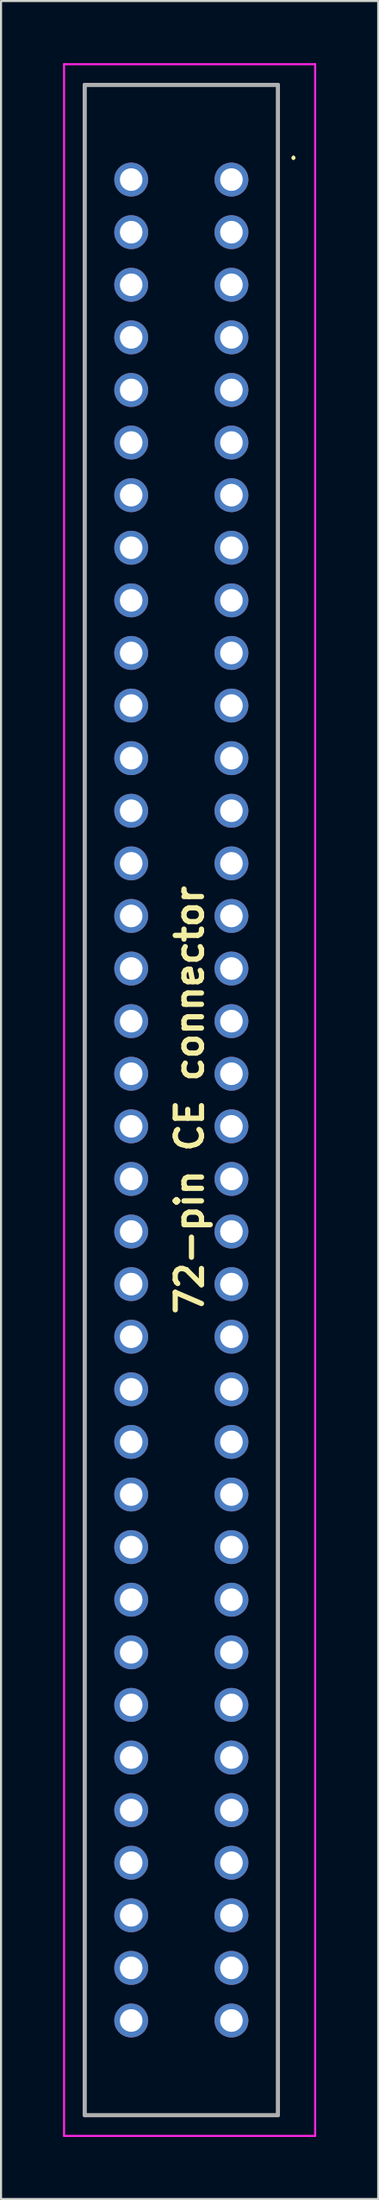
<source format=kicad_pcb>
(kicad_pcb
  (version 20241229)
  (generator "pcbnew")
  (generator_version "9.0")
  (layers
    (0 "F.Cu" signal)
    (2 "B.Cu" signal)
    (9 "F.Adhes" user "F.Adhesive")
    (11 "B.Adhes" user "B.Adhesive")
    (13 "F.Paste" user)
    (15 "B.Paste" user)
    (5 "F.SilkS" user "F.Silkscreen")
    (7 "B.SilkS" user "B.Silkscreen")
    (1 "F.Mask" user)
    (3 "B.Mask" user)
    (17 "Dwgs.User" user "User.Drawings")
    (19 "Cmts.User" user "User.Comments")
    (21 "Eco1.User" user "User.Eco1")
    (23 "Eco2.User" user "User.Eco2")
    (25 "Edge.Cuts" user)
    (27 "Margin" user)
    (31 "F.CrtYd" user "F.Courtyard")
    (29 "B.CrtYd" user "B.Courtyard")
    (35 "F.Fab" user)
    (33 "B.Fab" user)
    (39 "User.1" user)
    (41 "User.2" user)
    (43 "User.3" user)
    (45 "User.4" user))
  (footprint "72-pin CE connector"
    (layer "F.Cu")
    (at 8.149 5.622)
    (property "Reference" "72-pin CE connector" (at -2.025 44.45 270) (layer "F.SilkS") (effects (font (size 1.27 1.27) (thickness 0.254))))
    (attr through_hole)
    (fp_line (start -7.099 -4.572) (end 2.248 -4.572) (stroke (width 0.1) (type solid)) (layer "F.SilkS"))
    (fp_line (start -7.099 93.472) (end -7.099 -4.572) (stroke (width 0.1) (type solid)) (layer "F.SilkS"))
    (fp_line (start 2.248 -4.572) (end 2.248 93.472) (stroke (width 0.1) (type solid)) (layer "F.SilkS"))
    (fp_line (start 2.248 93.472) (end -7.099 93.472) (stroke (width 0.1) (type solid)) (layer "F.SilkS"))
    (fp_line (start 3 -1.1) (end 3 -1.1) (stroke (width 0.1) (type solid)) (layer "F.SilkS"))
    (fp_line (start 3 -1) (end 3 -1) (stroke (width 0.1) (type solid)) (layer "F.SilkS"))
    (fp_arc (start 3 -1.1) (mid 3.05 -1.05) (end 3 -1) (stroke (width 0.1) (type solid)) (layer "F.SilkS"))
    (fp_arc (start 3 -1) (mid 2.95 -1.05) (end 3 -1.1) (stroke (width 0.1) (type solid)) (layer "F.SilkS"))
    (fp_line (start -8.099 -5.572) (end 4.05 -5.572) (stroke (width 0.1) (type solid)) (layer "F.CrtYd"))
    (fp_line (start -8.099 94.472) (end -8.099 -5.572) (stroke (width 0.1) (type solid)) (layer "F.CrtYd"))
    (fp_line (start 4.05 -5.572) (end 4.05 94.472) (stroke (width 0.1) (type solid)) (layer "F.CrtYd"))
    (fp_line (start 4.05 94.472) (end -8.099 94.472) (stroke (width 0.1) (type solid)) (layer "F.CrtYd"))
    (fp_line (start -7.099 -4.572) (end 2.248 -4.572) (stroke (width 0.2) (type solid)) (layer "F.Fab"))
    (fp_line (start -7.099 93.472) (end -7.099 -4.572) (stroke (width 0.2) (type solid)) (layer "F.Fab"))
    (fp_line (start 2.248 -4.572) (end 2.248 93.472) (stroke (width 0.2) (type solid)) (layer "F.Fab"))
    (fp_line (start 2.248 93.472) (end -7.099 93.472) (stroke (width 0.2) (type solid)) (layer "F.Fab"))
    (pad "1" thru_hole circle (at 0 0 270) (size 1.638 1.638) (drill 1.092) (layers "*.Cu" "*.Mask"))
    (pad "2" thru_hole circle (at -4.851 0 270) (size 1.638 1.638) (drill 1.092) (layers "*.Cu" "*.Mask"))
    (pad "3" thru_hole circle (at 0 2.54 270) (size 1.638 1.638) (drill 1.092) (layers "*.Cu" "*.Mask"))
    (pad "4" thru_hole circle (at -4.851 2.54 270) (size 1.638 1.638) (drill 1.092) (layers "*.Cu" "*.Mask"))
    (pad "5" thru_hole circle (at 0 5.08 270) (size 1.638 1.638) (drill 1.092) (layers "*.Cu" "*.Mask"))
    (pad "6" thru_hole circle (at -4.851 5.08 270) (size 1.638 1.638) (drill 1.092) (layers "*.Cu" "*.Mask"))
    (pad "7" thru_hole circle (at 0 7.62 270) (size 1.638 1.638) (drill 1.092) (layers "*.Cu" "*.Mask"))
    (pad "8" thru_hole circle (at -4.851 7.62 270) (size 1.638 1.638) (drill 1.092) (layers "*.Cu" "*.Mask"))
    (pad "9" thru_hole circle (at 0 10.16 270) (size 1.638 1.638) (drill 1.092) (layers "*.Cu" "*.Mask"))
    (pad "10" thru_hole circle (at -4.851 10.16 270) (size 1.638 1.638) (drill 1.092) (layers "*.Cu" "*.Mask"))
    (pad "11" thru_hole circle (at 0 12.7 270) (size 1.638 1.638) (drill 1.092) (layers "*.Cu" "*.Mask"))
    (pad "12" thru_hole circle (at -4.851 12.7 270) (size 1.638 1.638) (drill 1.092) (layers "*.Cu" "*.Mask"))
    (pad "13" thru_hole circle (at 0 15.24 270) (size 1.638 1.638) (drill 1.092) (layers "*.Cu" "*.Mask"))
    (pad "14" thru_hole circle (at -4.851 15.24 270) (size 1.638 1.638) (drill 1.092) (layers "*.Cu" "*.Mask"))
    (pad "15" thru_hole circle (at 0 17.78 270) (size 1.638 1.638) (drill 1.092) (layers "*.Cu" "*.Mask"))
    (pad "16" thru_hole circle (at -4.851 17.78 270) (size 1.638 1.638) (drill 1.092) (layers "*.Cu" "*.Mask"))
    (pad "17" thru_hole circle (at 0 20.32 270) (size 1.638 1.638) (drill 1.092) (layers "*.Cu" "*.Mask"))
    (pad "18" thru_hole circle (at -4.851 20.32 270) (size 1.638 1.638) (drill 1.092) (layers "*.Cu" "*.Mask"))
    (pad "19" thru_hole circle (at 0 22.86 270) (size 1.638 1.638) (drill 1.092) (layers "*.Cu" "*.Mask"))
    (pad "20" thru_hole circle (at -4.851 22.86 270) (size 1.638 1.638) (drill 1.092) (layers "*.Cu" "*.Mask"))
    (pad "21" thru_hole circle (at 0 25.4 270) (size 1.638 1.638) (drill 1.092) (layers "*.Cu" "*.Mask"))
    (pad "22" thru_hole circle (at -4.851 25.4 270) (size 1.638 1.638) (drill 1.092) (layers "*.Cu" "*.Mask"))
    (pad "23" thru_hole circle (at 0 27.94 270) (size 1.638 1.638) (drill 1.092) (layers "*.Cu" "*.Mask"))
    (pad "24" thru_hole circle (at -4.851 27.94 270) (size 1.638 1.638) (drill 1.092) (layers "*.Cu" "*.Mask"))
    (pad "25" thru_hole circle (at 0 30.48 270) (size 1.638 1.638) (drill 1.092) (layers "*.Cu" "*.Mask"))
    (pad "26" thru_hole circle (at -4.851 30.48 270) (size 1.638 1.638) (drill 1.092) (layers "*.Cu" "*.Mask"))
    (pad "27" thru_hole circle (at 0 33.02 270) (size 1.638 1.638) (drill 1.092) (layers "*.Cu" "*.Mask"))
    (pad "28" thru_hole circle (at -4.851 33.02 270) (size 1.638 1.638) (drill 1.092) (layers "*.Cu" "*.Mask"))
    (pad "29" thru_hole circle (at 0 35.56 270) (size 1.638 1.638) (drill 1.092) (layers "*.Cu" "*.Mask"))
    (pad "30" thru_hole circle (at -4.851 35.56 270) (size 1.638 1.638) (drill 1.092) (layers "*.Cu" "*.Mask"))
    (pad "31" thru_hole circle (at 0 38.1 270) (size 1.638 1.638) (drill 1.092) (layers "*.Cu" "*.Mask"))
    (pad "32" thru_hole circle (at -4.851 38.1 270) (size 1.638 1.638) (drill 1.092) (layers "*.Cu" "*.Mask"))
    (pad "33" thru_hole circle (at 0 40.64 270) (size 1.638 1.638) (drill 1.092) (layers "*.Cu" "*.Mask"))
    (pad "34" thru_hole circle (at -4.851 40.64 270) (size 1.638 1.638) (drill 1.092) (layers "*.Cu" "*.Mask"))
    (pad "35" thru_hole circle (at 0 43.18 270) (size 1.638 1.638) (drill 1.092) (layers "*.Cu" "*.Mask"))
    (pad "36" thru_hole circle (at -4.851 43.18 270) (size 1.638 1.638) (drill 1.092) (layers "*.Cu" "*.Mask"))
    (pad "37" thru_hole circle (at 0 45.72 270) (size 1.638 1.638) (drill 1.092) (layers "*.Cu" "*.Mask"))
    (pad "38" thru_hole circle (at -4.851 45.72 270) (size 1.638 1.638) (drill 1.092) (layers "*.Cu" "*.Mask"))
    (pad "39" thru_hole circle (at 0 48.26 270) (size 1.638 1.638) (drill 1.092) (layers "*.Cu" "*.Mask"))
    (pad "40" thru_hole circle (at -4.851 48.26 270) (size 1.638 1.638) (drill 1.092) (layers "*.Cu" "*.Mask"))
    (pad "41" thru_hole circle (at 0 50.8 270) (size 1.638 1.638) (drill 1.092) (layers "*.Cu" "*.Mask"))
    (pad "42" thru_hole circle (at -4.851 50.8 270) (size 1.638 1.638) (drill 1.092) (layers "*.Cu" "*.Mask"))
    (pad "43" thru_hole circle (at 0 53.34 270) (size 1.638 1.638) (drill 1.092) (layers "*.Cu" "*.Mask"))
    (pad "44" thru_hole circle (at -4.851 53.34 270) (size 1.638 1.638) (drill 1.092) (layers "*.Cu" "*.Mask"))
    (pad "45" thru_hole circle (at 0 55.88 270) (size 1.638 1.638) (drill 1.092) (layers "*.Cu" "*.Mask"))
    (pad "46" thru_hole circle (at -4.851 55.88 270) (size 1.638 1.638) (drill 1.092) (layers "*.Cu" "*.Mask"))
    (pad "47" thru_hole circle (at 0 58.42 270) (size 1.638 1.638) (drill 1.092) (layers "*.Cu" "*.Mask"))
    (pad "48" thru_hole circle (at -4.851 58.42 270) (size 1.638 1.638) (drill 1.092) (layers "*.Cu" "*.Mask"))
    (pad "49" thru_hole circle (at 0 60.96 270) (size 1.638 1.638) (drill 1.092) (layers "*.Cu" "*.Mask"))
    (pad "50" thru_hole circle (at -4.851 60.96 270) (size 1.638 1.638) (drill 1.092) (layers "*.Cu" "*.Mask"))
    (pad "51" thru_hole circle (at 0 63.5 270) (size 1.638 1.638) (drill 1.092) (layers "*.Cu" "*.Mask"))
    (pad "52" thru_hole circle (at -4.851 63.5 270) (size 1.638 1.638) (drill 1.092) (layers "*.Cu" "*.Mask"))
    (pad "53" thru_hole circle (at 0 66.04 270) (size 1.638 1.638) (drill 1.092) (layers "*.Cu" "*.Mask"))
    (pad "54" thru_hole circle (at -4.851 66.04 270) (size 1.638 1.638) (drill 1.092) (layers "*.Cu" "*.Mask"))
    (pad "55" thru_hole circle (at 0 68.58 270) (size 1.638 1.638) (drill 1.092) (layers "*.Cu" "*.Mask"))
    (pad "56" thru_hole circle (at -4.851 68.58 270) (size 1.638 1.638) (drill 1.092) (layers "*.Cu" "*.Mask"))
    (pad "57" thru_hole circle (at 0 71.12 270) (size 1.638 1.638) (drill 1.092) (layers "*.Cu" "*.Mask"))
    (pad "58" thru_hole circle (at -4.851 71.12 270) (size 1.638 1.638) (drill 1.092) (layers "*.Cu" "*.Mask"))
    (pad "59" thru_hole circle (at 0 73.66 270) (size 1.638 1.638) (drill 1.092) (layers "*.Cu" "*.Mask"))
    (pad "60" thru_hole circle (at -4.851 73.66 270) (size 1.638 1.638) (drill 1.092) (layers "*.Cu" "*.Mask"))
    (pad "61" thru_hole circle (at 0 76.2 270) (size 1.638 1.638) (drill 1.092) (layers "*.Cu" "*.Mask"))
    (pad "62" thru_hole circle (at -4.851 76.2 270) (size 1.638 1.638) (drill 1.092) (layers "*.Cu" "*.Mask"))
    (pad "63" thru_hole circle (at 0 78.74 270) (size 1.638 1.638) (drill 1.092) (layers "*.Cu" "*.Mask"))
    (pad "64" thru_hole circle (at -4.851 78.74 270) (size 1.638 1.638) (drill 1.092) (layers "*.Cu" "*.Mask"))
    (pad "65" thru_hole circle (at 0 81.28 270) (size 1.638 1.638) (drill 1.092) (layers "*.Cu" "*.Mask"))
    (pad "66" thru_hole circle (at -4.851 81.28 270) (size 1.638 1.638) (drill 1.092) (layers "*.Cu" "*.Mask"))
    (pad "67" thru_hole circle (at 0 83.82 270) (size 1.638 1.638) (drill 1.092) (layers "*.Cu" "*.Mask"))
    (pad "68" thru_hole circle (at -4.851 83.82 270) (size 1.638 1.638) (drill 1.092) (layers "*.Cu" "*.Mask"))
    (pad "69" thru_hole circle (at 0 86.36 270) (size 1.638 1.638) (drill 1.092) (layers "*.Cu" "*.Mask"))
    (pad "70" thru_hole circle (at -4.851 86.36 270) (size 1.638 1.638) (drill 1.092) (layers "*.Cu" "*.Mask"))
    (pad "71" thru_hole circle (at 0 88.9 270) (size 1.638 1.638) (drill 1.092) (layers "*.Cu" "*.Mask"))
    (pad "72" thru_hole circle (at -4.851 88.9 270) (size 1.638 1.638) (drill 1.092) (layers "*.Cu" "*.Mask")))
  (gr_rect
    (start -3 -3)
    (end 15.249 103.144)
    (stroke (width 0.1) (type default))
    (fill no)
    (layer "Edge.Cuts")))
</source>
